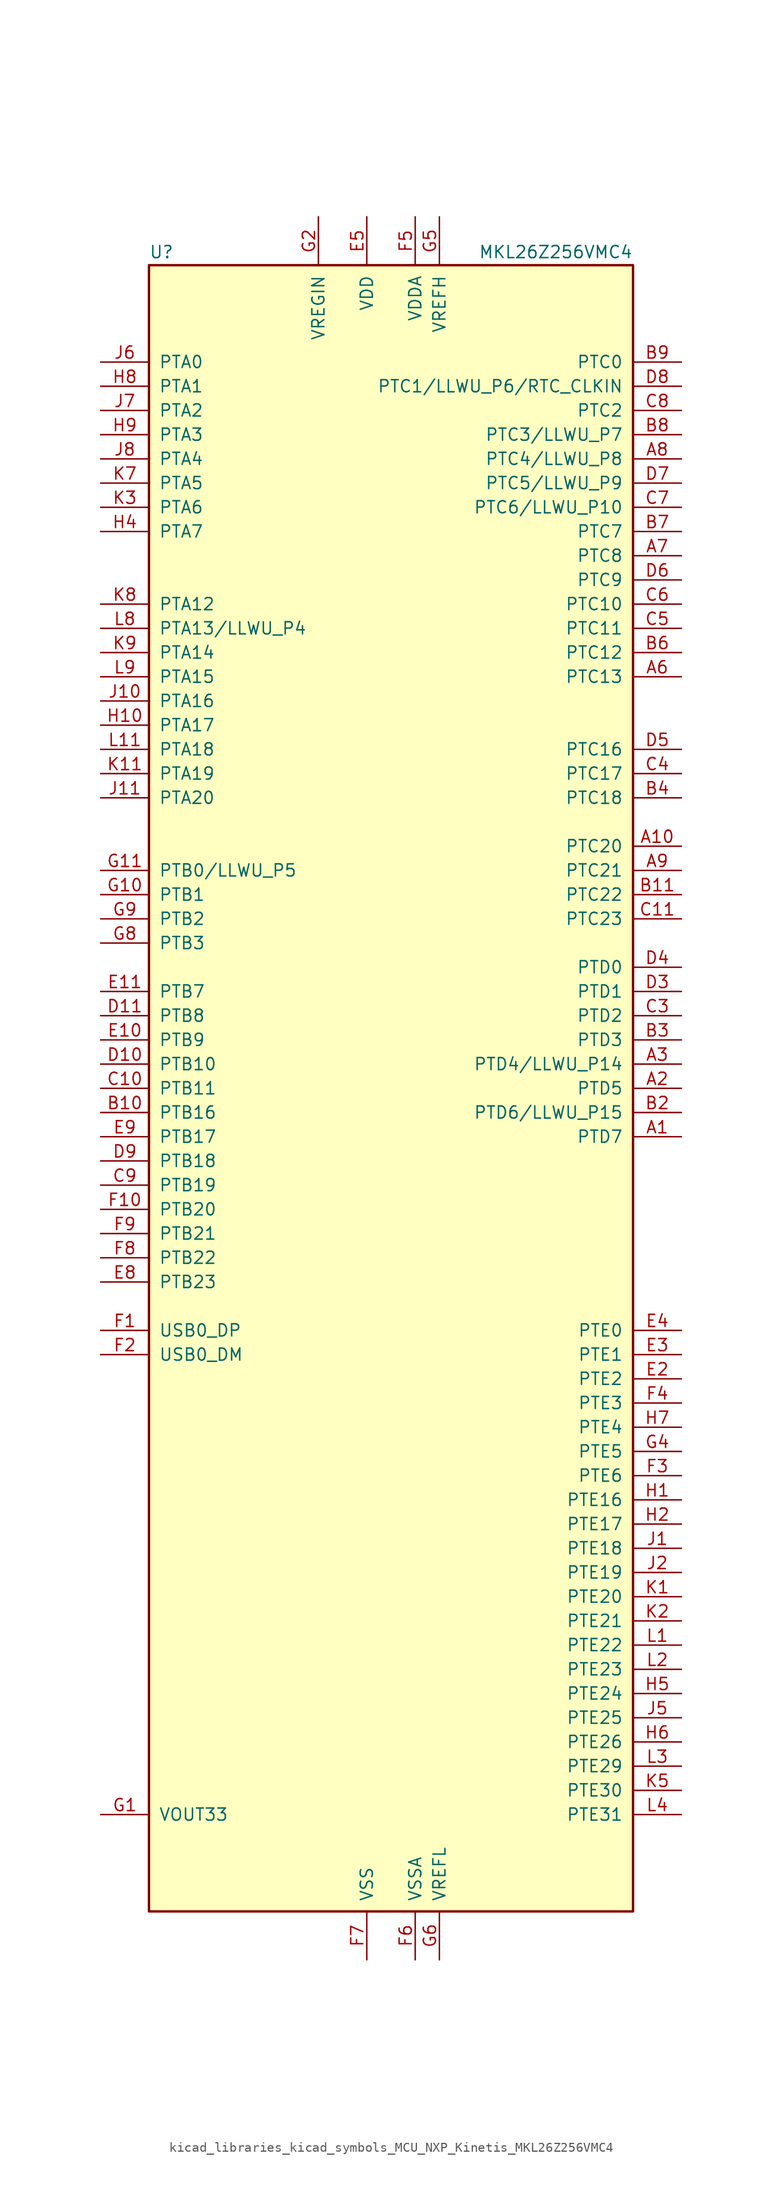
<source format=kicad_sym>
(kicad_symbol_lib
  (version 20220914)
  (generator kicad_symbol_editor)
  (symbol "kicad_libraries_kicad_symbols_MCU_NXP_Kinetis_MKL26Z256VMC4"
    (pin_names
      (offset 1.016))
    (property "Reference" "U"
      (at -25.4 86.995 0)
      (effects (font (size 1.27 1.27)) (justify left bottom)))
    (property "Value" "MKL26Z256VMC4"
      (at 25.4 86.995 0)
      (effects (font (size 1.27 1.27)) (justify right bottom)))
    (symbol "kicad_libraries_kicad_symbols_MCU_NXP_Kinetis_MKL26Z256VMC4_0_1"
      (rectangle (start -25.4 86.36) (end 25.4 -86.36) (stroke (width 0.254) (type default)) (fill (type background))))
    (symbol "kicad_libraries_kicad_symbols_MCU_NXP_Kinetis_MKL26Z256VMC4_1_1"
      (pin bidirectional line (at 30.48 -5.08 180) (length 5.08) (name "PTD7" (effects (font (size 1.27 1.27)))) (number "A1" (effects (font (size 1.27 1.27)))))
      (pin bidirectional line (at 30.48 25.4 180) (length 5.08) (name "PTC20" (effects (font (size 1.27 1.27)))) (number "A10" (effects (font (size 1.27 1.27)))))
      (pin no_connect line (at -15.24 -86.36 90) (length 5.08) hide (name "NC" (effects (font (size 1.27 1.27)))) (number "A11" (effects (font (size 1.27 1.27)))))
      (pin bidirectional line (at 30.48 0 180) (length 5.08) (name "PTD5" (effects (font (size 1.27 1.27)))) (number "A2" (effects (font (size 1.27 1.27)))))
      (pin bidirectional line (at 30.48 2.54 180) (length 5.08) (name "PTD4/LLWU_P14" (effects (font (size 1.27 1.27)))) (number "A3" (effects (font (size 1.27 1.27)))))
      (pin no_connect line (at 25.4 27.94 180) (length 5.08) hide (name "NC" (effects (font (size 1.27 1.27)))) (number "A4" (effects (font (size 1.27 1.27)))))
      (pin no_connect line (at 25.4 40.64 180) (length 5.08) hide (name "NC" (effects (font (size 1.27 1.27)))) (number "A5" (effects (font (size 1.27 1.27)))))
      (pin bidirectional line (at 30.48 43.18 180) (length 5.08) (name "PTC13" (effects (font (size 1.27 1.27)))) (number "A6" (effects (font (size 1.27 1.27)))))
      (pin bidirectional line (at 30.48 55.88 180) (length 5.08) (name "PTC8" (effects (font (size 1.27 1.27)))) (number "A7" (effects (font (size 1.27 1.27)))))
      (pin bidirectional line (at 30.48 66.04 180) (length 5.08) (name "PTC4/LLWU_P8" (effects (font (size 1.27 1.27)))) (number "A8" (effects (font (size 1.27 1.27)))))
      (pin bidirectional line (at 30.48 22.86 180) (length 5.08) (name "PTC21" (effects (font (size 1.27 1.27)))) (number "A9" (effects (font (size 1.27 1.27)))))
      (pin no_connect line (at 25.4 -7.62 180) (length 5.08) hide (name "NC" (effects (font (size 1.27 1.27)))) (number "B1" (effects (font (size 1.27 1.27)))))
      (pin bidirectional line (at -30.48 -2.54 0) (length 5.08) (name "PTB16" (effects (font (size 1.27 1.27)))) (number "B10" (effects (font (size 1.27 1.27)))))
      (pin bidirectional line (at 30.48 20.32 180) (length 5.08) (name "PTC22" (effects (font (size 1.27 1.27)))) (number "B11" (effects (font (size 1.27 1.27)))))
      (pin bidirectional line (at 30.48 -2.54 180) (length 5.08) (name "PTD6/LLWU_P15" (effects (font (size 1.27 1.27)))) (number "B2" (effects (font (size 1.27 1.27)))))
      (pin bidirectional line (at 30.48 5.08 180) (length 5.08) (name "PTD3" (effects (font (size 1.27 1.27)))) (number "B3" (effects (font (size 1.27 1.27)))))
      (pin bidirectional line (at 30.48 30.48 180) (length 5.08) (name "PTC18" (effects (font (size 1.27 1.27)))) (number "B4" (effects (font (size 1.27 1.27)))))
      (pin no_connect line (at 25.4 38.1 180) (length 5.08) hide (name "NC" (effects (font (size 1.27 1.27)))) (number "B5" (effects (font (size 1.27 1.27)))))
      (pin bidirectional line (at 30.48 45.72 180) (length 5.08) (name "PTC12" (effects (font (size 1.27 1.27)))) (number "B6" (effects (font (size 1.27 1.27)))))
      (pin bidirectional line (at 30.48 58.42 180) (length 5.08) (name "PTC7" (effects (font (size 1.27 1.27)))) (number "B7" (effects (font (size 1.27 1.27)))))
      (pin bidirectional line (at 30.48 68.58 180) (length 5.08) (name "PTC3/LLWU_P7" (effects (font (size 1.27 1.27)))) (number "B8" (effects (font (size 1.27 1.27)))))
      (pin bidirectional line (at 30.48 76.2 180) (length 5.08) (name "PTC0" (effects (font (size 1.27 1.27)))) (number "B9" (effects (font (size 1.27 1.27)))))
      (pin no_connect line (at 25.4 -12.7 180) (length 5.08) hide (name "NC" (effects (font (size 1.27 1.27)))) (number "C1" (effects (font (size 1.27 1.27)))))
      (pin bidirectional line (at -30.48 0 0) (length 5.08) (name "PTB11" (effects (font (size 1.27 1.27)))) (number "C10" (effects (font (size 1.27 1.27)))))
      (pin bidirectional line (at 30.48 17.78 180) (length 5.08) (name "PTC23" (effects (font (size 1.27 1.27)))) (number "C11" (effects (font (size 1.27 1.27)))))
      (pin no_connect line (at 25.4 -10.16 180) (length 5.08) hide (name "NC" (effects (font (size 1.27 1.27)))) (number "C2" (effects (font (size 1.27 1.27)))))
      (pin bidirectional line (at 30.48 7.62 180) (length 5.08) (name "PTD2" (effects (font (size 1.27 1.27)))) (number "C3" (effects (font (size 1.27 1.27)))))
      (pin bidirectional line (at 30.48 33.02 180) (length 5.08) (name "PTC17" (effects (font (size 1.27 1.27)))) (number "C4" (effects (font (size 1.27 1.27)))))
      (pin bidirectional line (at 30.48 48.26 180) (length 5.08) (name "PTC11" (effects (font (size 1.27 1.27)))) (number "C5" (effects (font (size 1.27 1.27)))))
      (pin bidirectional line (at 30.48 50.8 180) (length 5.08) (name "PTC10" (effects (font (size 1.27 1.27)))) (number "C6" (effects (font (size 1.27 1.27)))))
      (pin bidirectional line (at 30.48 60.96 180) (length 5.08) (name "PTC6/LLWU_P10" (effects (font (size 1.27 1.27)))) (number "C7" (effects (font (size 1.27 1.27)))))
      (pin bidirectional line (at 30.48 71.12 180) (length 5.08) (name "PTC2" (effects (font (size 1.27 1.27)))) (number "C8" (effects (font (size 1.27 1.27)))))
      (pin bidirectional line (at -30.48 -10.16 0) (length 5.08) (name "PTB19" (effects (font (size 1.27 1.27)))) (number "C9" (effects (font (size 1.27 1.27)))))
      (pin no_connect line (at 25.4 -17.78 180) (length 5.08) hide (name "NC" (effects (font (size 1.27 1.27)))) (number "D1" (effects (font (size 1.27 1.27)))))
      (pin bidirectional line (at -30.48 2.54 0) (length 5.08) (name "PTB10" (effects (font (size 1.27 1.27)))) (number "D10" (effects (font (size 1.27 1.27)))))
      (pin bidirectional line (at -30.48 7.62 0) (length 5.08) (name "PTB8" (effects (font (size 1.27 1.27)))) (number "D11" (effects (font (size 1.27 1.27)))))
      (pin no_connect line (at 25.4 -15.24 180) (length 5.08) hide (name "NC" (effects (font (size 1.27 1.27)))) (number "D2" (effects (font (size 1.27 1.27)))))
      (pin bidirectional line (at 30.48 10.16 180) (length 5.08) (name "PTD1" (effects (font (size 1.27 1.27)))) (number "D3" (effects (font (size 1.27 1.27)))))
      (pin bidirectional line (at 30.48 12.7 180) (length 5.08) (name "PTD0" (effects (font (size 1.27 1.27)))) (number "D4" (effects (font (size 1.27 1.27)))))
      (pin bidirectional line (at 30.48 35.56 180) (length 5.08) (name "PTC16" (effects (font (size 1.27 1.27)))) (number "D5" (effects (font (size 1.27 1.27)))))
      (pin bidirectional line (at 30.48 53.34 180) (length 5.08) (name "PTC9" (effects (font (size 1.27 1.27)))) (number "D6" (effects (font (size 1.27 1.27)))))
      (pin bidirectional line (at 30.48 63.5 180) (length 5.08) (name "PTC5/LLWU_P9" (effects (font (size 1.27 1.27)))) (number "D7" (effects (font (size 1.27 1.27)))))
      (pin bidirectional line (at 30.48 73.66 180) (length 5.08) (name "PTC1/LLWU_P6/RTC_CLKIN" (effects (font (size 1.27 1.27)))) (number "D8" (effects (font (size 1.27 1.27)))))
      (pin bidirectional line (at -30.48 -7.62 0) (length 5.08) (name "PTB18" (effects (font (size 1.27 1.27)))) (number "D9" (effects (font (size 1.27 1.27)))))
      (pin no_connect line (at 25.4 -20.32 180) (length 5.08) hide (name "NC" (effects (font (size 1.27 1.27)))) (number "E1" (effects (font (size 1.27 1.27)))))
      (pin bidirectional line (at -30.48 5.08 0) (length 5.08) (name "PTB9" (effects (font (size 1.27 1.27)))) (number "E10" (effects (font (size 1.27 1.27)))))
      (pin bidirectional line (at -30.48 10.16 0) (length 5.08) (name "PTB7" (effects (font (size 1.27 1.27)))) (number "E11" (effects (font (size 1.27 1.27)))))
      (pin bidirectional line (at 30.48 -30.48 180) (length 5.08) (name "PTE2" (effects (font (size 1.27 1.27)))) (number "E2" (effects (font (size 1.27 1.27)))))
      (pin bidirectional line (at 30.48 -27.94 180) (length 5.08) (name "PTE1" (effects (font (size 1.27 1.27)))) (number "E3" (effects (font (size 1.27 1.27)))))
      (pin bidirectional line (at 30.48 -25.4 180) (length 5.08) (name "PTE0" (effects (font (size 1.27 1.27)))) (number "E4" (effects (font (size 1.27 1.27)))))
      (pin power_in line (at -2.54 91.44 270) (length 5.08) (name "VDD" (effects (font (size 1.27 1.27)))) (number "E5" (effects (font (size 1.27 1.27)))))
      (pin passive line (at -2.54 91.44 270) (length 5.08) hide (name "VDD" (effects (font (size 1.27 1.27)))) (number "E6" (effects (font (size 1.27 1.27)))))
      (pin passive line (at -2.54 91.44 270) (length 5.08) hide (name "VDD" (effects (font (size 1.27 1.27)))) (number "E7" (effects (font (size 1.27 1.27)))))
      (pin bidirectional line (at -30.48 -20.32 0) (length 5.08) (name "PTB23" (effects (font (size 1.27 1.27)))) (number "E8" (effects (font (size 1.27 1.27)))))
      (pin bidirectional line (at -30.48 -5.08 0) (length 5.08) (name "PTB17" (effects (font (size 1.27 1.27)))) (number "E9" (effects (font (size 1.27 1.27)))))
      (pin bidirectional line (at -30.48 -25.4 0) (length 5.08) (name "USB0_DP" (effects (font (size 1.27 1.27)))) (number "F1" (effects (font (size 1.27 1.27)))))
      (pin bidirectional line (at -30.48 -12.7 0) (length 5.08) (name "PTB20" (effects (font (size 1.27 1.27)))) (number "F10" (effects (font (size 1.27 1.27)))))
      (pin no_connect line (at -25.4 12.7 0) (length 5.08) hide (name "NC" (effects (font (size 1.27 1.27)))) (number "F11" (effects (font (size 1.27 1.27)))))
      (pin bidirectional line (at -30.48 -27.94 0) (length 5.08) (name "USB0_DM" (effects (font (size 1.27 1.27)))) (number "F2" (effects (font (size 1.27 1.27)))))
      (pin bidirectional line (at 30.48 -40.64 180) (length 5.08) (name "PTE6" (effects (font (size 1.27 1.27)))) (number "F3" (effects (font (size 1.27 1.27)))))
      (pin bidirectional line (at 30.48 -33.02 180) (length 5.08) (name "PTE3" (effects (font (size 1.27 1.27)))) (number "F4" (effects (font (size 1.27 1.27)))))
      (pin power_in line (at 2.54 91.44 270) (length 5.08) (name "VDDA" (effects (font (size 1.27 1.27)))) (number "F5" (effects (font (size 1.27 1.27)))))
      (pin power_in line (at 2.54 -91.44 90) (length 5.08) (name "VSSA" (effects (font (size 1.27 1.27)))) (number "F6" (effects (font (size 1.27 1.27)))))
      (pin power_in line (at -2.54 -91.44 90) (length 5.08) (name "VSS" (effects (font (size 1.27 1.27)))) (number "F7" (effects (font (size 1.27 1.27)))))
      (pin bidirectional line (at -30.48 -17.78 0) (length 5.08) (name "PTB22" (effects (font (size 1.27 1.27)))) (number "F8" (effects (font (size 1.27 1.27)))))
      (pin bidirectional line (at -30.48 -15.24 0) (length 5.08) (name "PTB21" (effects (font (size 1.27 1.27)))) (number "F9" (effects (font (size 1.27 1.27)))))
      (pin power_out line (at -30.48 -76.2 0) (length 5.08) (name "VOUT33" (effects (font (size 1.27 1.27)))) (number "G1" (effects (font (size 1.27 1.27)))))
      (pin bidirectional line (at -30.48 20.32 0) (length 5.08) (name "PTB1" (effects (font (size 1.27 1.27)))) (number "G10" (effects (font (size 1.27 1.27)))))
      (pin bidirectional line (at -30.48 22.86 0) (length 5.08) (name "PTB0/LLWU_P5" (effects (font (size 1.27 1.27)))) (number "G11" (effects (font (size 1.27 1.27)))))
      (pin power_in line (at -7.62 91.44 270) (length 5.08) (name "VREGIN" (effects (font (size 1.27 1.27)))) (number "G2" (effects (font (size 1.27 1.27)))))
      (pin passive line (at -2.54 -91.44 90) (length 5.08) hide (name "VSS" (effects (font (size 1.27 1.27)))) (number "G3" (effects (font (size 1.27 1.27)))))
      (pin bidirectional line (at 30.48 -38.1 180) (length 5.08) (name "PTE5" (effects (font (size 1.27 1.27)))) (number "G4" (effects (font (size 1.27 1.27)))))
      (pin power_in line (at 5.08 91.44 270) (length 5.08) (name "VREFH" (effects (font (size 1.27 1.27)))) (number "G5" (effects (font (size 1.27 1.27)))))
      (pin power_in line (at 5.08 -91.44 90) (length 5.08) (name "VREFL" (effects (font (size 1.27 1.27)))) (number "G6" (effects (font (size 1.27 1.27)))))
      (pin passive line (at -2.54 -91.44 90) (length 5.08) hide (name "VSS" (effects (font (size 1.27 1.27)))) (number "G7" (effects (font (size 1.27 1.27)))))
      (pin bidirectional line (at -30.48 15.24 0) (length 5.08) (name "PTB3" (effects (font (size 1.27 1.27)))) (number "G8" (effects (font (size 1.27 1.27)))))
      (pin bidirectional line (at -30.48 17.78 0) (length 5.08) (name "PTB2" (effects (font (size 1.27 1.27)))) (number "G9" (effects (font (size 1.27 1.27)))))
      (pin bidirectional line (at 30.48 -43.18 180) (length 5.08) (name "PTE16" (effects (font (size 1.27 1.27)))) (number "H1" (effects (font (size 1.27 1.27)))))
      (pin bidirectional line (at -30.48 38.1 0) (length 5.08) (name "PTA17" (effects (font (size 1.27 1.27)))) (number "H10" (effects (font (size 1.27 1.27)))))
      (pin no_connect line (at -25.4 27.94 0) (length 5.08) hide (name "NC" (effects (font (size 1.27 1.27)))) (number "H11" (effects (font (size 1.27 1.27)))))
      (pin bidirectional line (at 30.48 -45.72 180) (length 5.08) (name "PTE17" (effects (font (size 1.27 1.27)))) (number "H2" (effects (font (size 1.27 1.27)))))
      (pin no_connect line (at -25.4 -63.5 0) (length 5.08) hide (name "NC" (effects (font (size 1.27 1.27)))) (number "H3" (effects (font (size 1.27 1.27)))))
      (pin bidirectional line (at -30.48 58.42 0) (length 5.08) (name "PTA7" (effects (font (size 1.27 1.27)))) (number "H4" (effects (font (size 1.27 1.27)))))
      (pin bidirectional line (at 30.48 -63.5 180) (length 5.08) (name "PTE24" (effects (font (size 1.27 1.27)))) (number "H5" (effects (font (size 1.27 1.27)))))
      (pin bidirectional line (at 30.48 -68.58 180) (length 5.08) (name "PTE26" (effects (font (size 1.27 1.27)))) (number "H6" (effects (font (size 1.27 1.27)))))
      (pin bidirectional line (at 30.48 -35.56 180) (length 5.08) (name "PTE4" (effects (font (size 1.27 1.27)))) (number "H7" (effects (font (size 1.27 1.27)))))
      (pin bidirectional line (at -30.48 73.66 0) (length 5.08) (name "PTA1" (effects (font (size 1.27 1.27)))) (number "H8" (effects (font (size 1.27 1.27)))))
      (pin bidirectional line (at -30.48 68.58 0) (length 5.08) (name "PTA3" (effects (font (size 1.27 1.27)))) (number "H9" (effects (font (size 1.27 1.27)))))
      (pin bidirectional line (at 30.48 -48.26 180) (length 5.08) (name "PTE18" (effects (font (size 1.27 1.27)))) (number "J1" (effects (font (size 1.27 1.27)))))
      (pin bidirectional line (at -30.48 40.64 0) (length 5.08) (name "PTA16" (effects (font (size 1.27 1.27)))) (number "J10" (effects (font (size 1.27 1.27)))))
      (pin bidirectional line (at -30.48 30.48 0) (length 5.08) (name "PTA20" (effects (font (size 1.27 1.27)))) (number "J11" (effects (font (size 1.27 1.27)))))
      (pin bidirectional line (at 30.48 -50.8 180) (length 5.08) (name "PTE19" (effects (font (size 1.27 1.27)))) (number "J2" (effects (font (size 1.27 1.27)))))
      (pin no_connect line (at -25.4 -66.04 0) (length 5.08) hide (name "NC" (effects (font (size 1.27 1.27)))) (number "J3" (effects (font (size 1.27 1.27)))))
      (pin no_connect line (at -25.4 53.34 0) (length 5.08) hide (name "NC" (effects (font (size 1.27 1.27)))) (number "J4" (effects (font (size 1.27 1.27)))))
      (pin bidirectional line (at 30.48 -66.04 180) (length 5.08) (name "PTE25" (effects (font (size 1.27 1.27)))) (number "J5" (effects (font (size 1.27 1.27)))))
      (pin bidirectional line (at -30.48 76.2 0) (length 5.08) (name "PTA0" (effects (font (size 1.27 1.27)))) (number "J6" (effects (font (size 1.27 1.27)))))
      (pin bidirectional line (at -30.48 71.12 0) (length 5.08) (name "PTA2" (effects (font (size 1.27 1.27)))) (number "J7" (effects (font (size 1.27 1.27)))))
      (pin bidirectional line (at -30.48 66.04 0) (length 5.08) (name "PTA4" (effects (font (size 1.27 1.27)))) (number "J8" (effects (font (size 1.27 1.27)))))
      (pin no_connect line (at -25.4 55.88 0) (length 5.08) hide (name "NC" (effects (font (size 1.27 1.27)))) (number "J9" (effects (font (size 1.27 1.27)))))
      (pin bidirectional line (at 30.48 -53.34 180) (length 5.08) (name "PTE20" (effects (font (size 1.27 1.27)))) (number "K1" (effects (font (size 1.27 1.27)))))
      (pin passive line (at -2.54 -91.44 90) (length 5.08) hide (name "VSS" (effects (font (size 1.27 1.27)))) (number "K10" (effects (font (size 1.27 1.27)))))
      (pin bidirectional line (at -30.48 33.02 0) (length 5.08) (name "PTA19" (effects (font (size 1.27 1.27)))) (number "K11" (effects (font (size 1.27 1.27)))))
      (pin bidirectional line (at 30.48 -55.88 180) (length 5.08) (name "PTE21" (effects (font (size 1.27 1.27)))) (number "K2" (effects (font (size 1.27 1.27)))))
      (pin bidirectional line (at -30.48 60.96 0) (length 5.08) (name "PTA6" (effects (font (size 1.27 1.27)))) (number "K3" (effects (font (size 1.27 1.27)))))
      (pin no_connect line (at -25.4 -68.58 0) (length 5.08) hide (name "NC" (effects (font (size 1.27 1.27)))) (number "K4" (effects (font (size 1.27 1.27)))))
      (pin bidirectional line (at 30.48 -73.66 180) (length 5.08) (name "PTE30" (effects (font (size 1.27 1.27)))) (number "K5" (effects (font (size 1.27 1.27)))))
      (pin passive line (at -2.54 91.44 270) (length 5.08) hide (name "VDD" (effects (font (size 1.27 1.27)))) (number "K6" (effects (font (size 1.27 1.27)))))
      (pin bidirectional line (at -30.48 63.5 0) (length 5.08) (name "PTA5" (effects (font (size 1.27 1.27)))) (number "K7" (effects (font (size 1.27 1.27)))))
      (pin bidirectional line (at -30.48 50.8 0) (length 5.08) (name "PTA12" (effects (font (size 1.27 1.27)))) (number "K8" (effects (font (size 1.27 1.27)))))
      (pin bidirectional line (at -30.48 45.72 0) (length 5.08) (name "PTA14" (effects (font (size 1.27 1.27)))) (number "K9" (effects (font (size 1.27 1.27)))))
      (pin bidirectional line (at 30.48 -58.42 180) (length 5.08) (name "PTE22" (effects (font (size 1.27 1.27)))) (number "L1" (effects (font (size 1.27 1.27)))))
      (pin passive line (at -2.54 91.44 270) (length 5.08) hide (name "VDD" (effects (font (size 1.27 1.27)))) (number "L10" (effects (font (size 1.27 1.27)))))
      (pin bidirectional line (at -30.48 35.56 0) (length 5.08) (name "PTA18" (effects (font (size 1.27 1.27)))) (number "L11" (effects (font (size 1.27 1.27)))))
      (pin bidirectional line (at 30.48 -60.96 180) (length 5.08) (name "PTE23" (effects (font (size 1.27 1.27)))) (number "L2" (effects (font (size 1.27 1.27)))))
      (pin bidirectional line (at 30.48 -71.12 180) (length 5.08) (name "PTE29" (effects (font (size 1.27 1.27)))) (number "L3" (effects (font (size 1.27 1.27)))))
      (pin bidirectional line (at 30.48 -76.2 180) (length 5.08) (name "PTE31" (effects (font (size 1.27 1.27)))) (number "L4" (effects (font (size 1.27 1.27)))))
      (pin passive line (at -2.54 -91.44 90) (length 5.08) hide (name "VSS" (effects (font (size 1.27 1.27)))) (number "L5" (effects (font (size 1.27 1.27)))))
      (pin passive line (at -2.54 -91.44 90) (length 5.08) hide (name "VSS" (effects (font (size 1.27 1.27)))) (number "L6" (effects (font (size 1.27 1.27)))))
      (pin no_connect line (at -25.4 -71.12 0) (length 5.08) hide (name "NC" (effects (font (size 1.27 1.27)))) (number "L7" (effects (font (size 1.27 1.27)))))
      (pin bidirectional line (at -30.48 48.26 0) (length 5.08) (name "PTA13/LLWU_P4" (effects (font (size 1.27 1.27)))) (number "L8" (effects (font (size 1.27 1.27)))))
      (pin bidirectional line (at -30.48 43.18 0) (length 5.08) (name "PTA15" (effects (font (size 1.27 1.27)))) (number "L9" (effects (font (size 1.27 1.27))))))))
</source>
